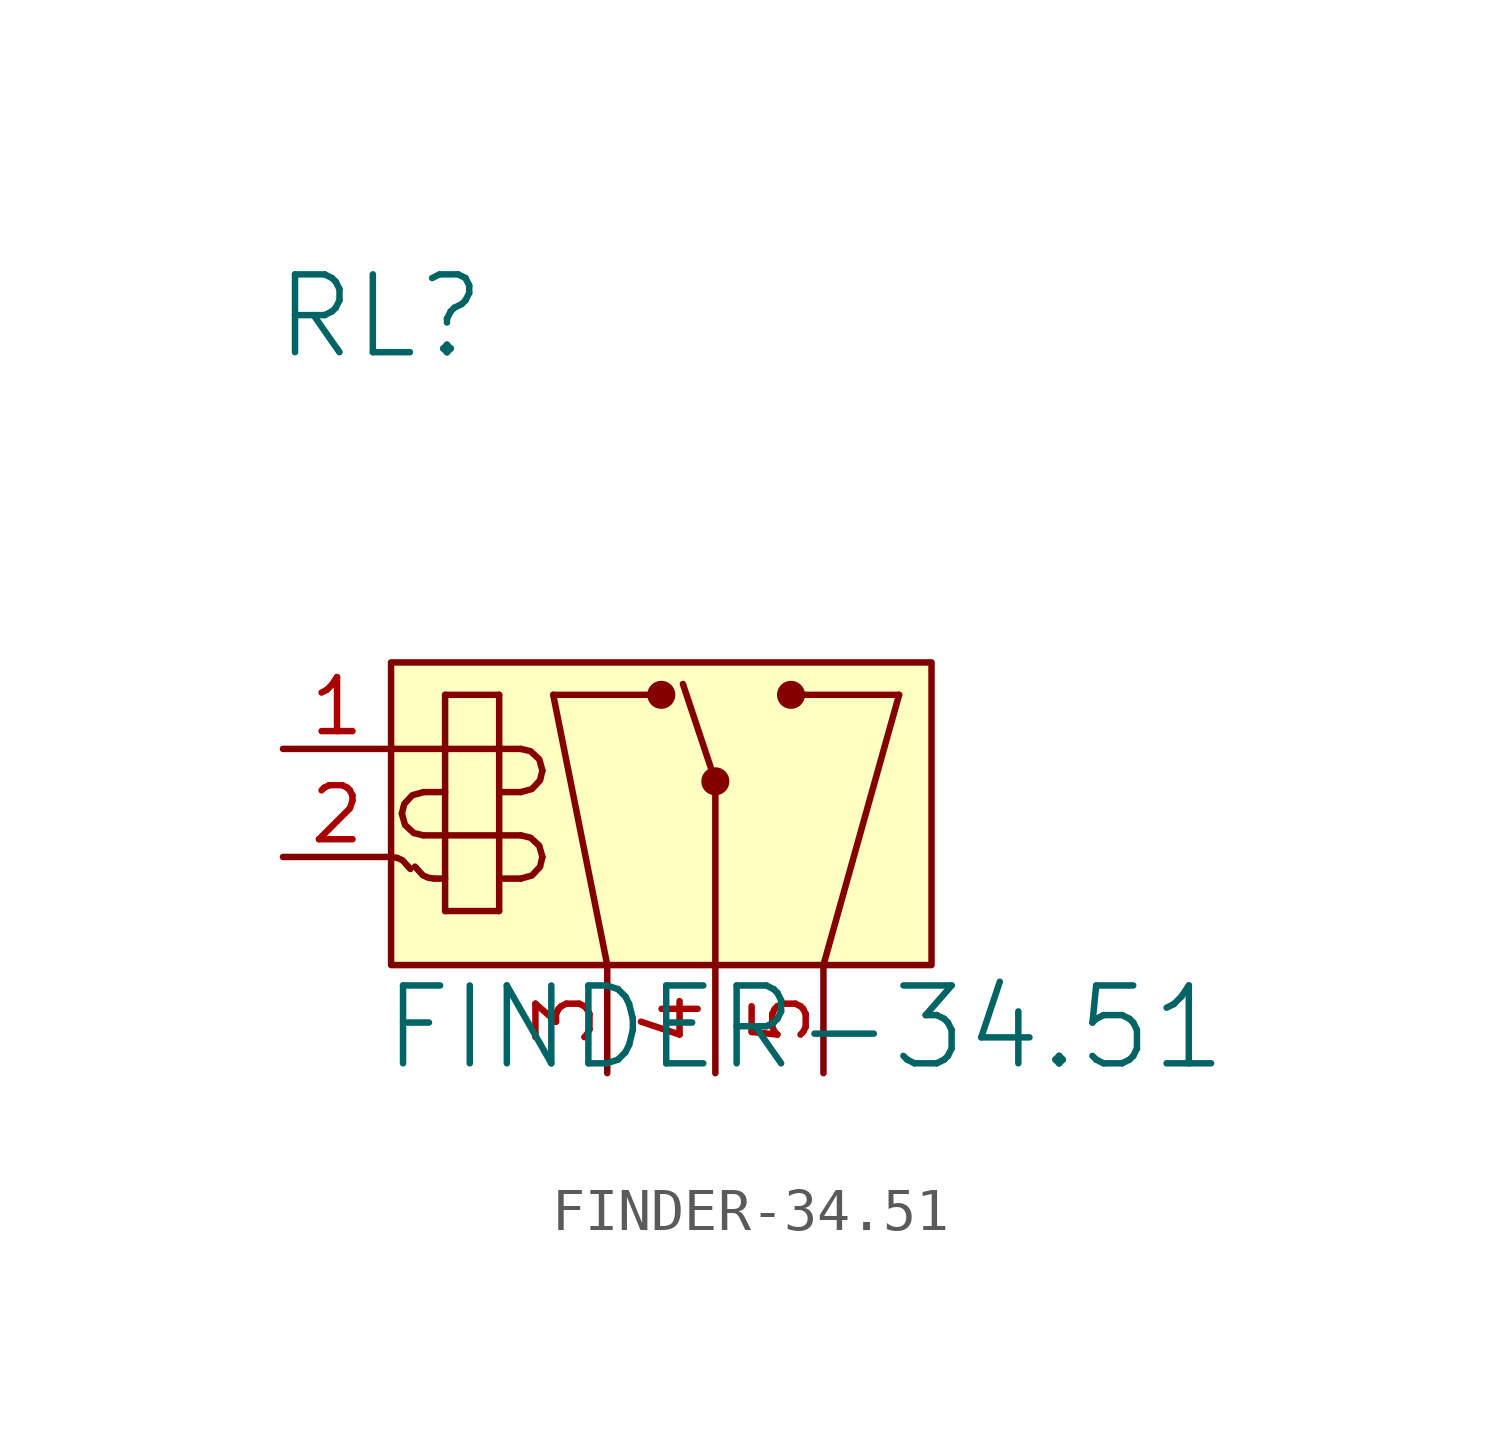
<source format=kicad_sym>
(kicad_symbol_lib
  (version 20241209)
  (generator "kicad_symbol_editor")
  (generator_version "9.0")
  (symbol "FINDER-34.51"
    (pin_names
      (hide yes))
    (property "Reference" "RL"
      (at -0.254 0 0)
      (effects (font (size 1.829 1.829))))
    (property "Value" "FINDER-34.51"
      (at -0.254 -17.78 0)
      (effects (font (size 1.829 1.829)) (justify left bottom)))
    (symbol "FINDER-34.51_1_0"
      (polyline (pts (xy 0 -10.16) (xy 3.048 -10.16)) (stroke (width 0) (type solid)) (fill (type none)))
      (bezier (pts (xy 0.254 -11.684) (xy 0.254 -11.964) (xy 0.481 -12.192) (xy 0.762 -12.192)) (stroke (width 0) (type solid)) (fill (type none)))
      (bezier (pts (xy 0.454 -12.981) (xy 0.368 -12.809) (xy 0.192 -12.7) (xy 0 -12.7)) (stroke (width 0) (type solid)) (fill (type none)))
      (bezier (pts (xy 0.562 -12.927) (xy 0.648 -13.099) (xy 0.824 -13.208) (xy 1.016 -13.208)) (stroke (width 0) (type solid)) (fill (type none)))
      (bezier (pts (xy 0.762 -11.176) (xy 0.481 -11.176) (xy 0.254 -11.403) (xy 0.254 -11.684)) (stroke (width 0) (type solid)) (fill (type none)))
      (polyline (pts (xy 0.762 -12.192) (xy 3.048 -12.192)) (stroke (width 0) (type solid)) (fill (type none)))
      (polyline (pts (xy 1.016 -13.208) (xy 1.27 -13.208)) (stroke (width 0) (type solid)) (fill (type none)))
      (polyline (pts (xy 1.27 -8.89) (xy 1.27 -13.97)) (stroke (width 0) (type solid)) (fill (type none)))
      (polyline (pts (xy 1.27 -11.176) (xy 0.762 -11.176)) (stroke (width 0) (type solid)) (fill (type none)))
      (polyline (pts (xy 1.27 -13.97) (xy 2.54 -13.97)) (stroke (width 0) (type solid)) (fill (type none)))
      (polyline (pts (xy 2.54 -8.89) (xy 1.27 -8.89)) (stroke (width 0) (type solid)) (fill (type none)))
      (polyline (pts (xy 2.54 -13.97) (xy 2.54 -8.89)) (stroke (width 0) (type solid)) (fill (type none)))
      (polyline (pts (xy 3.048 -11.176) (xy 2.54 -11.176)) (stroke (width 0) (type solid)) (fill (type none)))
      (bezier (pts (xy 3.048 -11.176) (xy 3.329 -11.176) (xy 3.556 -10.948) (xy 3.556 -10.668)) (stroke (width 0) (type solid)) (fill (type none)))
      (polyline (pts (xy 3.048 -13.208) (xy 2.54 -13.208)) (stroke (width 0) (type solid)) (fill (type none)))
      (bezier (pts (xy 3.048 -13.208) (xy 3.329 -13.208) (xy 3.556 -12.98) (xy 3.556 -12.7)) (stroke (width 0) (type solid)) (fill (type none)))
      (bezier (pts (xy 3.556 -10.668) (xy 3.556 -10.387) (xy 3.329 -10.16) (xy 3.048 -10.16)) (stroke (width 0) (type solid)) (fill (type none)))
      (bezier (pts (xy 3.556 -12.7) (xy 3.556 -12.419) (xy 3.329 -12.192) (xy 3.048 -12.192)) (stroke (width 0) (type solid)) (fill (type none)))
      (polyline (pts (xy 3.81 -8.89) (xy 6.35 -8.89)) (stroke (width 0) (type solid)) (fill (type none)))
      (polyline (pts (xy 5.08 -15.24) (xy 3.81 -8.89)) (stroke (width 0) (type solid)) (fill (type none)))
      (circle (center 6.35 -8.89) (radius 0.254) (stroke (width 0) (type solid)) (fill (type outline)))
      (polyline (pts (xy 7.62 -10.922) (xy 6.858 -8.636)) (stroke (width 0) (type solid)) (fill (type none)))
      (circle (center 7.62 -10.922) (radius 0.254) (stroke (width 0) (type solid)) (fill (type outline)))
      (polyline (pts (xy 7.62 -15.24) (xy 7.62 -10.922)) (stroke (width 0) (type solid)) (fill (type none)))
      (polyline (pts (xy 9.398 -8.89) (xy 11.938 -8.89)) (stroke (width 0) (type solid)) (fill (type none)))
      (circle (center 9.398 -8.89) (radius 0.254) (stroke (width 0) (type solid)) (fill (type outline)))
      (polyline (pts (xy 10.16 -15.24) (xy 11.938 -8.89)) (stroke (width 0) (type solid)) (fill (type none)))
      (rectangle (start 12.7 -8.128) (end 0 -15.24) (stroke (width 0) (type solid) (color 128 0 0 1)) (fill (type background)))
      (pin passive line (at -2.54 -10.16 0) (length 2.54) (name "COIL1-" (effects (font (size 1.27 1.27)))) (number "1" (effects (font (size 1.27 1.27)))))
      (pin passive line (at -2.54 -12.7 0) (length 2.54) (name "COIL2+" (effects (font (size 1.27 1.27)))) (number "2" (effects (font (size 1.27 1.27)))))
      (pin passive line (at 5.08 -17.78 90) (length 2.54) (name "NC" (effects (font (size 1.27 1.27)))) (number "3" (effects (font (size 1.27 1.27)))))
      (pin passive line (at 7.62 -17.78 90) (length 2.54) (name "COMMON" (effects (font (size 1.27 1.27)))) (number "4" (effects (font (size 1.27 1.27)))))
      (pin passive line (at 10.16 -17.78 90) (length 2.54) (name "NO" (effects (font (size 1.27 1.27)))) (number "5" (effects (font (size 1.27 1.27))))))))
</source>
